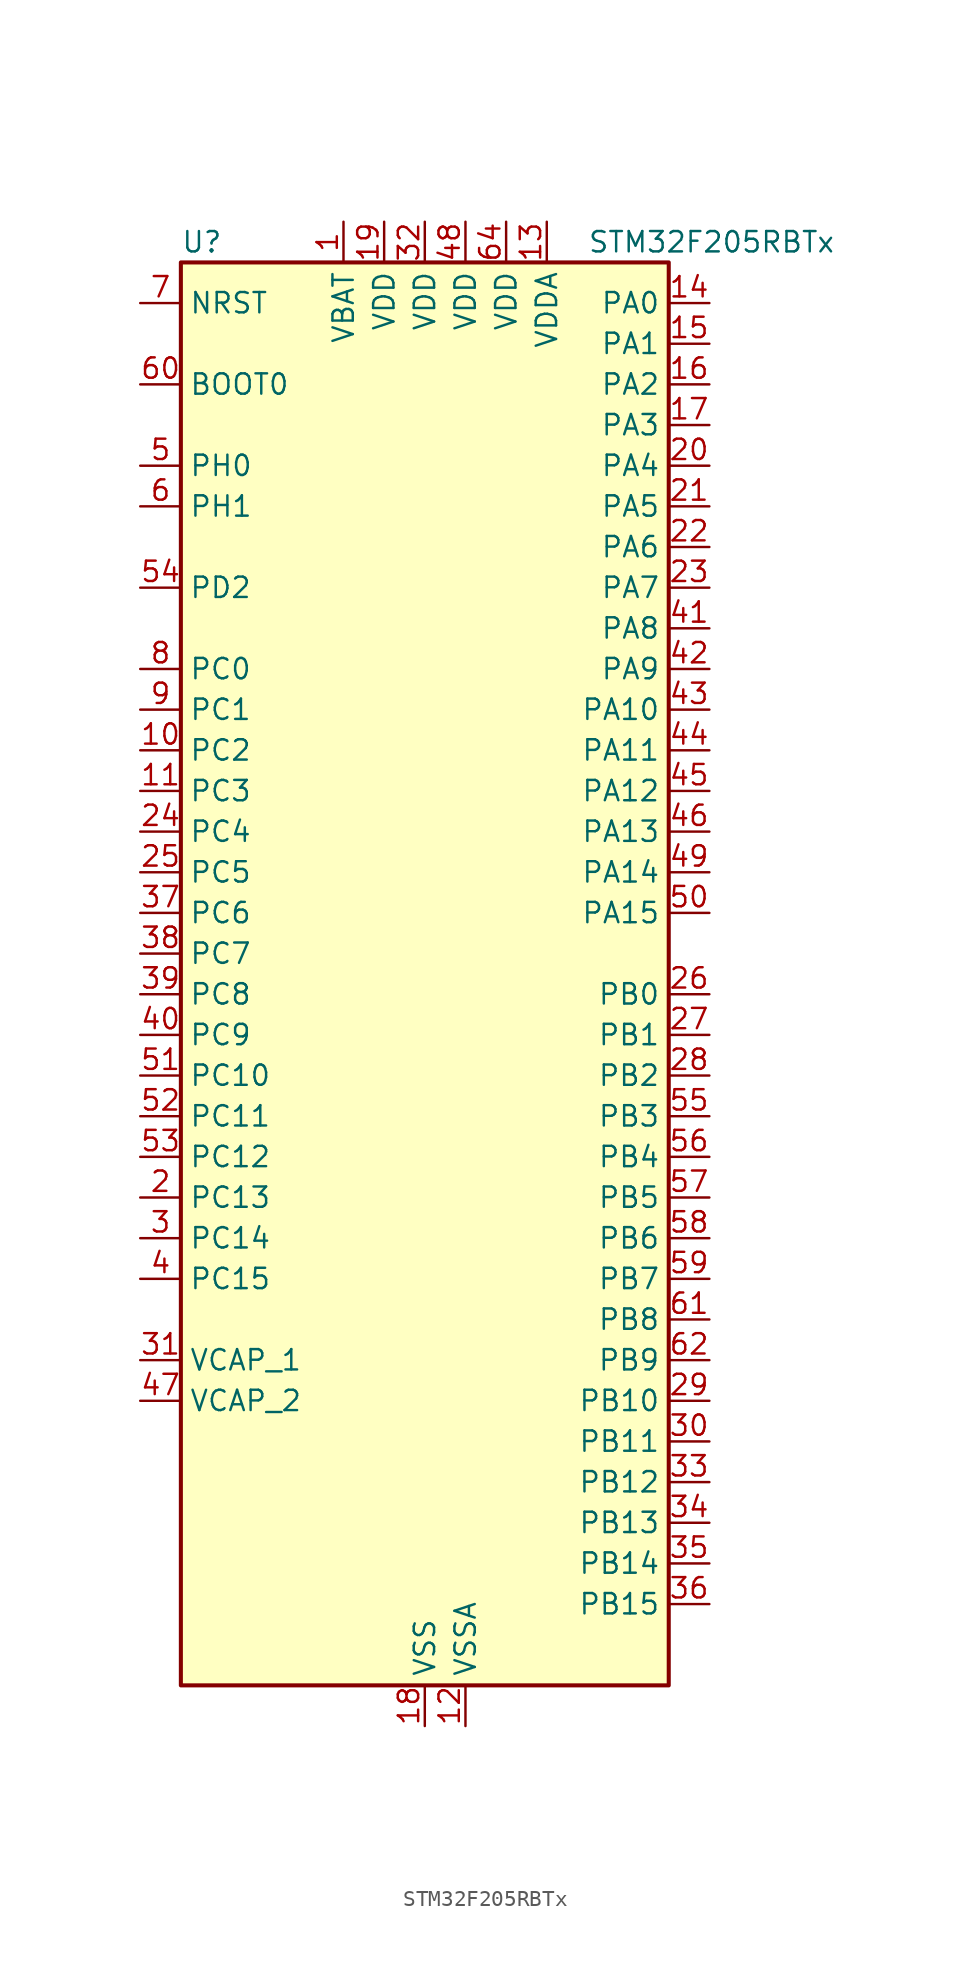
<source format=kicad_sym>
(kicad_symbol_lib
  (version 20231120)
  (generator "kicad_symbol_editor")
  (generator_version "8.0")
  (symbol "STM32F205RBTx"
    (property "Reference" "U"
      (at -15.24 46.99 0)
      (effects (font (size 1.27 1.27)) (justify left)))
    (property "Value" "STM32F205RBTx"
      (at 10.16 46.99 0)
      (effects (font (size 1.27 1.27)) (justify left)))
    (symbol "STM32F205RBTx_0_1"
      (rectangle (start -15.24 -43.18) (end 15.24 45.72) (stroke (width 0.254) (type default)) (fill (type background))))
    (symbol "STM32F205RBTx_1_1"
      (pin power_in line (at -5.08 48.26 270) (length 2.54) (name "VBAT" (effects (font (size 1.27 1.27)))) (number "1" (effects (font (size 1.27 1.27)))))
      (pin bidirectional line (at -17.78 15.24 0) (length 2.54) (name "PC2" (effects (font (size 1.27 1.27)))) (number "10" (effects (font (size 1.27 1.27)))) (alternate "ADC1_IN12" bidirectional line) (alternate "ADC2_IN12" bidirectional line) (alternate "ADC3_IN12" bidirectional line) (alternate "SPI2_MISO" bidirectional line) (alternate "USB_OTG_HS_ULPI_DIR" bidirectional line))
      (pin bidirectional line (at -17.78 12.7 0) (length 2.54) (name "PC3" (effects (font (size 1.27 1.27)))) (number "11" (effects (font (size 1.27 1.27)))) (alternate "ADC1_IN13" bidirectional line) (alternate "ADC2_IN13" bidirectional line) (alternate "ADC3_IN13" bidirectional line) (alternate "I2S2_SD" bidirectional line) (alternate "SPI2_MOSI" bidirectional line) (alternate "USB_OTG_HS_ULPI_NXT" bidirectional line))
      (pin power_in line (at 2.54 -45.72 90) (length 2.54) (name "VSSA" (effects (font (size 1.27 1.27)))) (number "12" (effects (font (size 1.27 1.27)))))
      (pin power_in line (at 7.62 48.26 270) (length 2.54) (name "VDDA" (effects (font (size 1.27 1.27)))) (number "13" (effects (font (size 1.27 1.27)))))
      (pin bidirectional line (at 17.78 43.18 180) (length 2.54) (name "PA0" (effects (font (size 1.27 1.27)))) (number "14" (effects (font (size 1.27 1.27)))) (alternate "ADC1_IN0" bidirectional line) (alternate "ADC2_IN0" bidirectional line) (alternate "ADC3_IN0" bidirectional line) (alternate "SYS_WKUP" bidirectional line) (alternate "TIM2_CH1" bidirectional line) (alternate "TIM2_ETR" bidirectional line) (alternate "TIM5_CH1" bidirectional line) (alternate "TIM8_ETR" bidirectional line) (alternate "UART4_TX" bidirectional line) (alternate "USART2_CTS" bidirectional line))
      (pin bidirectional line (at 17.78 40.64 180) (length 2.54) (name "PA1" (effects (font (size 1.27 1.27)))) (number "15" (effects (font (size 1.27 1.27)))) (alternate "ADC1_IN1" bidirectional line) (alternate "ADC2_IN1" bidirectional line) (alternate "ADC3_IN1" bidirectional line) (alternate "TIM2_CH2" bidirectional line) (alternate "TIM5_CH2" bidirectional line) (alternate "UART4_RX" bidirectional line) (alternate "USART2_RTS" bidirectional line))
      (pin bidirectional line (at 17.78 38.1 180) (length 2.54) (name "PA2" (effects (font (size 1.27 1.27)))) (number "16" (effects (font (size 1.27 1.27)))) (alternate "ADC1_IN2" bidirectional line) (alternate "ADC2_IN2" bidirectional line) (alternate "ADC3_IN2" bidirectional line) (alternate "TIM2_CH3" bidirectional line) (alternate "TIM5_CH3" bidirectional line) (alternate "TIM9_CH1" bidirectional line) (alternate "USART2_TX" bidirectional line))
      (pin bidirectional line (at 17.78 35.56 180) (length 2.54) (name "PA3" (effects (font (size 1.27 1.27)))) (number "17" (effects (font (size 1.27 1.27)))) (alternate "ADC1_IN3" bidirectional line) (alternate "ADC2_IN3" bidirectional line) (alternate "ADC3_IN3" bidirectional line) (alternate "TIM2_CH4" bidirectional line) (alternate "TIM5_CH4" bidirectional line) (alternate "TIM9_CH2" bidirectional line) (alternate "USART2_RX" bidirectional line) (alternate "USB_OTG_HS_ULPI_D0" bidirectional line))
      (pin power_in line (at 0 -45.72 90) (length 2.54) (name "VSS" (effects (font (size 1.27 1.27)))) (number "18" (effects (font (size 1.27 1.27)))))
      (pin power_in line (at -2.54 48.26 270) (length 2.54) (name "VDD" (effects (font (size 1.27 1.27)))) (number "19" (effects (font (size 1.27 1.27)))))
      (pin bidirectional line (at -17.78 -12.7 0) (length 2.54) (name "PC13" (effects (font (size 1.27 1.27)))) (number "2" (effects (font (size 1.27 1.27)))) (alternate "RTC_AF1" bidirectional line))
      (pin bidirectional line (at 17.78 33.02 180) (length 2.54) (name "PA4" (effects (font (size 1.27 1.27)))) (number "20" (effects (font (size 1.27 1.27)))) (alternate "ADC1_IN4" bidirectional line) (alternate "ADC2_IN4" bidirectional line) (alternate "DAC_OUT1" bidirectional line) (alternate "I2S3_WS" bidirectional line) (alternate "SPI1_NSS" bidirectional line) (alternate "SPI3_NSS" bidirectional line) (alternate "USART2_CK" bidirectional line) (alternate "USB_OTG_HS_SOF" bidirectional line))
      (pin bidirectional line (at 17.78 30.48 180) (length 2.54) (name "PA5" (effects (font (size 1.27 1.27)))) (number "21" (effects (font (size 1.27 1.27)))) (alternate "ADC1_IN5" bidirectional line) (alternate "ADC2_IN5" bidirectional line) (alternate "DAC_OUT2" bidirectional line) (alternate "SPI1_SCK" bidirectional line) (alternate "TIM2_CH1" bidirectional line) (alternate "TIM2_ETR" bidirectional line) (alternate "TIM8_CH1N" bidirectional line) (alternate "USB_OTG_HS_ULPI_CK" bidirectional line))
      (pin bidirectional line (at 17.78 27.94 180) (length 2.54) (name "PA6" (effects (font (size 1.27 1.27)))) (number "22" (effects (font (size 1.27 1.27)))) (alternate "ADC1_IN6" bidirectional line) (alternate "ADC2_IN6" bidirectional line) (alternate "SPI1_MISO" bidirectional line) (alternate "TIM13_CH1" bidirectional line) (alternate "TIM1_BKIN" bidirectional line) (alternate "TIM3_CH1" bidirectional line) (alternate "TIM8_BKIN" bidirectional line))
      (pin bidirectional line (at 17.78 25.4 180) (length 2.54) (name "PA7" (effects (font (size 1.27 1.27)))) (number "23" (effects (font (size 1.27 1.27)))) (alternate "ADC1_IN7" bidirectional line) (alternate "ADC2_IN7" bidirectional line) (alternate "SPI1_MOSI" bidirectional line) (alternate "TIM14_CH1" bidirectional line) (alternate "TIM1_CH1N" bidirectional line) (alternate "TIM3_CH2" bidirectional line) (alternate "TIM8_CH1N" bidirectional line))
      (pin bidirectional line (at -17.78 10.16 0) (length 2.54) (name "PC4" (effects (font (size 1.27 1.27)))) (number "24" (effects (font (size 1.27 1.27)))) (alternate "ADC1_IN14" bidirectional line) (alternate "ADC2_IN14" bidirectional line))
      (pin bidirectional line (at -17.78 7.62 0) (length 2.54) (name "PC5" (effects (font (size 1.27 1.27)))) (number "25" (effects (font (size 1.27 1.27)))) (alternate "ADC1_IN15" bidirectional line) (alternate "ADC2_IN15" bidirectional line))
      (pin bidirectional line (at 17.78 0 180) (length 2.54) (name "PB0" (effects (font (size 1.27 1.27)))) (number "26" (effects (font (size 1.27 1.27)))) (alternate "ADC1_IN8" bidirectional line) (alternate "ADC2_IN8" bidirectional line) (alternate "TIM1_CH2N" bidirectional line) (alternate "TIM3_CH3" bidirectional line) (alternate "TIM8_CH2N" bidirectional line) (alternate "USB_OTG_HS_ULPI_D1" bidirectional line))
      (pin bidirectional line (at 17.78 -2.54 180) (length 2.54) (name "PB1" (effects (font (size 1.27 1.27)))) (number "27" (effects (font (size 1.27 1.27)))) (alternate "ADC1_IN9" bidirectional line) (alternate "ADC2_IN9" bidirectional line) (alternate "TIM1_CH3N" bidirectional line) (alternate "TIM3_CH4" bidirectional line) (alternate "TIM8_CH3N" bidirectional line) (alternate "USB_OTG_HS_ULPI_D2" bidirectional line))
      (pin bidirectional line (at 17.78 -5.08 180) (length 2.54) (name "PB2" (effects (font (size 1.27 1.27)))) (number "28" (effects (font (size 1.27 1.27)))))
      (pin bidirectional line (at 17.78 -25.4 180) (length 2.54) (name "PB10" (effects (font (size 1.27 1.27)))) (number "29" (effects (font (size 1.27 1.27)))) (alternate "I2C2_SCL" bidirectional line) (alternate "I2S2_SCK" bidirectional line) (alternate "SPI2_SCK" bidirectional line) (alternate "TIM2_CH3" bidirectional line) (alternate "USART3_TX" bidirectional line) (alternate "USB_OTG_HS_ULPI_D3" bidirectional line))
      (pin bidirectional line (at -17.78 -15.24 0) (length 2.54) (name "PC14" (effects (font (size 1.27 1.27)))) (number "3" (effects (font (size 1.27 1.27)))) (alternate "RCC_OSC32_IN" bidirectional line))
      (pin bidirectional line (at 17.78 -27.94 180) (length 2.54) (name "PB11" (effects (font (size 1.27 1.27)))) (number "30" (effects (font (size 1.27 1.27)))) (alternate "ADC1_EXTI11" bidirectional line) (alternate "ADC2_EXTI11" bidirectional line) (alternate "ADC3_EXTI11" bidirectional line) (alternate "I2C2_SDA" bidirectional line) (alternate "TIM2_CH4" bidirectional line) (alternate "USART3_RX" bidirectional line) (alternate "USB_OTG_HS_ULPI_D4" bidirectional line))
      (pin power_out line (at -17.78 -22.86 0) (length 2.54) (name "VCAP_1" (effects (font (size 1.27 1.27)))) (number "31" (effects (font (size 1.27 1.27)))))
      (pin power_in line (at 0 48.26 270) (length 2.54) (name "VDD" (effects (font (size 1.27 1.27)))) (number "32" (effects (font (size 1.27 1.27)))))
      (pin bidirectional line (at 17.78 -30.48 180) (length 2.54) (name "PB12" (effects (font (size 1.27 1.27)))) (number "33" (effects (font (size 1.27 1.27)))) (alternate "CAN2_RX" bidirectional line) (alternate "I2C2_SMBA" bidirectional line) (alternate "I2S2_WS" bidirectional line) (alternate "SPI2_NSS" bidirectional line) (alternate "TIM1_BKIN" bidirectional line) (alternate "USART3_CK" bidirectional line) (alternate "USB_OTG_HS_ID" bidirectional line) (alternate "USB_OTG_HS_ULPI_D5" bidirectional line))
      (pin bidirectional line (at 17.78 -33.02 180) (length 2.54) (name "PB13" (effects (font (size 1.27 1.27)))) (number "34" (effects (font (size 1.27 1.27)))) (alternate "CAN2_TX" bidirectional line) (alternate "I2S2_SCK" bidirectional line) (alternate "SPI2_SCK" bidirectional line) (alternate "TIM1_CH1N" bidirectional line) (alternate "USART3_CTS" bidirectional line) (alternate "USB_OTG_HS_ULPI_D6" bidirectional line) (alternate "USB_OTG_HS_VBUS" bidirectional line))
      (pin bidirectional line (at 17.78 -35.56 180) (length 2.54) (name "PB14" (effects (font (size 1.27 1.27)))) (number "35" (effects (font (size 1.27 1.27)))) (alternate "SPI2_MISO" bidirectional line) (alternate "TIM12_CH1" bidirectional line) (alternate "TIM1_CH2N" bidirectional line) (alternate "TIM8_CH2N" bidirectional line) (alternate "USART3_RTS" bidirectional line) (alternate "USB_OTG_HS_DM" bidirectional line))
      (pin bidirectional line (at 17.78 -38.1 180) (length 2.54) (name "PB15" (effects (font (size 1.27 1.27)))) (number "36" (effects (font (size 1.27 1.27)))) (alternate "ADC1_EXTI15" bidirectional line) (alternate "ADC2_EXTI15" bidirectional line) (alternate "ADC3_EXTI15" bidirectional line) (alternate "I2S2_SD" bidirectional line) (alternate "RTC_REFIN" bidirectional line) (alternate "SPI2_MOSI" bidirectional line) (alternate "TIM12_CH2" bidirectional line) (alternate "TIM1_CH3N" bidirectional line) (alternate "TIM8_CH3N" bidirectional line) (alternate "USB_OTG_HS_DP" bidirectional line))
      (pin bidirectional line (at -17.78 5.08 0) (length 2.54) (name "PC6" (effects (font (size 1.27 1.27)))) (number "37" (effects (font (size 1.27 1.27)))) (alternate "I2S2_MCK" bidirectional line) (alternate "SDIO_D6" bidirectional line) (alternate "TIM3_CH1" bidirectional line) (alternate "TIM8_CH1" bidirectional line) (alternate "USART6_TX" bidirectional line))
      (pin bidirectional line (at -17.78 2.54 0) (length 2.54) (name "PC7" (effects (font (size 1.27 1.27)))) (number "38" (effects (font (size 1.27 1.27)))) (alternate "I2S3_MCK" bidirectional line) (alternate "SDIO_D7" bidirectional line) (alternate "TIM3_CH2" bidirectional line) (alternate "TIM8_CH2" bidirectional line) (alternate "USART6_RX" bidirectional line))
      (pin bidirectional line (at -17.78 0 0) (length 2.54) (name "PC8" (effects (font (size 1.27 1.27)))) (number "39" (effects (font (size 1.27 1.27)))) (alternate "SDIO_D0" bidirectional line) (alternate "TIM3_CH3" bidirectional line) (alternate "TIM8_CH3" bidirectional line) (alternate "USART6_CK" bidirectional line))
      (pin bidirectional line (at -17.78 -17.78 0) (length 2.54) (name "PC15" (effects (font (size 1.27 1.27)))) (number "4" (effects (font (size 1.27 1.27)))) (alternate "ADC1_EXTI15" bidirectional line) (alternate "ADC2_EXTI15" bidirectional line) (alternate "ADC3_EXTI15" bidirectional line) (alternate "RCC_OSC32_OUT" bidirectional line))
      (pin bidirectional line (at -17.78 -2.54 0) (length 2.54) (name "PC9" (effects (font (size 1.27 1.27)))) (number "40" (effects (font (size 1.27 1.27)))) (alternate "DAC_EXTI9" bidirectional line) (alternate "I2C3_SDA" bidirectional line) (alternate "I2S_CKIN" bidirectional line) (alternate "RCC_MCO_2" bidirectional line) (alternate "SDIO_D1" bidirectional line) (alternate "TIM3_CH4" bidirectional line) (alternate "TIM8_CH4" bidirectional line))
      (pin bidirectional line (at 17.78 22.86 180) (length 2.54) (name "PA8" (effects (font (size 1.27 1.27)))) (number "41" (effects (font (size 1.27 1.27)))) (alternate "I2C3_SCL" bidirectional line) (alternate "RCC_MCO_1" bidirectional line) (alternate "TIM1_CH1" bidirectional line) (alternate "USART1_CK" bidirectional line) (alternate "USB_OTG_FS_SOF" bidirectional line))
      (pin bidirectional line (at 17.78 20.32 180) (length 2.54) (name "PA9" (effects (font (size 1.27 1.27)))) (number "42" (effects (font (size 1.27 1.27)))) (alternate "DAC_EXTI9" bidirectional line) (alternate "I2C3_SMBA" bidirectional line) (alternate "TIM1_CH2" bidirectional line) (alternate "USART1_TX" bidirectional line) (alternate "USB_OTG_FS_VBUS" bidirectional line))
      (pin bidirectional line (at 17.78 17.78 180) (length 2.54) (name "PA10" (effects (font (size 1.27 1.27)))) (number "43" (effects (font (size 1.27 1.27)))) (alternate "TIM1_CH3" bidirectional line) (alternate "USART1_RX" bidirectional line) (alternate "USB_OTG_FS_ID" bidirectional line))
      (pin bidirectional line (at 17.78 15.24 180) (length 2.54) (name "PA11" (effects (font (size 1.27 1.27)))) (number "44" (effects (font (size 1.27 1.27)))) (alternate "ADC1_EXTI11" bidirectional line) (alternate "ADC2_EXTI11" bidirectional line) (alternate "ADC3_EXTI11" bidirectional line) (alternate "CAN1_RX" bidirectional line) (alternate "TIM1_CH4" bidirectional line) (alternate "USART1_CTS" bidirectional line) (alternate "USB_OTG_FS_DM" bidirectional line))
      (pin bidirectional line (at 17.78 12.7 180) (length 2.54) (name "PA12" (effects (font (size 1.27 1.27)))) (number "45" (effects (font (size 1.27 1.27)))) (alternate "CAN1_TX" bidirectional line) (alternate "TIM1_ETR" bidirectional line) (alternate "USART1_RTS" bidirectional line) (alternate "USB_OTG_FS_DP" bidirectional line))
      (pin bidirectional line (at 17.78 10.16 180) (length 2.54) (name "PA13" (effects (font (size 1.27 1.27)))) (number "46" (effects (font (size 1.27 1.27)))) (alternate "SYS_JTMS-SWDIO" bidirectional line))
      (pin power_out line (at -17.78 -25.4 0) (length 2.54) (name "VCAP_2" (effects (font (size 1.27 1.27)))) (number "47" (effects (font (size 1.27 1.27)))))
      (pin power_in line (at 2.54 48.26 270) (length 2.54) (name "VDD" (effects (font (size 1.27 1.27)))) (number "48" (effects (font (size 1.27 1.27)))))
      (pin bidirectional line (at 17.78 7.62 180) (length 2.54) (name "PA14" (effects (font (size 1.27 1.27)))) (number "49" (effects (font (size 1.27 1.27)))) (alternate "SYS_JTCK-SWCLK" bidirectional line))
      (pin bidirectional line (at -17.78 33.02 0) (length 2.54) (name "PH0" (effects (font (size 1.27 1.27)))) (number "5" (effects (font (size 1.27 1.27)))) (alternate "RCC_OSC_IN" bidirectional line))
      (pin bidirectional line (at 17.78 5.08 180) (length 2.54) (name "PA15" (effects (font (size 1.27 1.27)))) (number "50" (effects (font (size 1.27 1.27)))) (alternate "ADC1_EXTI15" bidirectional line) (alternate "ADC2_EXTI15" bidirectional line) (alternate "ADC3_EXTI15" bidirectional line) (alternate "I2S3_WS" bidirectional line) (alternate "SPI1_NSS" bidirectional line) (alternate "SPI3_NSS" bidirectional line) (alternate "SYS_JTDI" bidirectional line) (alternate "TIM2_CH1" bidirectional line) (alternate "TIM2_ETR" bidirectional line))
      (pin bidirectional line (at -17.78 -5.08 0) (length 2.54) (name "PC10" (effects (font (size 1.27 1.27)))) (number "51" (effects (font (size 1.27 1.27)))) (alternate "I2S3_SCK" bidirectional line) (alternate "SDIO_D2" bidirectional line) (alternate "SPI3_SCK" bidirectional line) (alternate "UART4_TX" bidirectional line) (alternate "USART3_TX" bidirectional line))
      (pin bidirectional line (at -17.78 -7.62 0) (length 2.54) (name "PC11" (effects (font (size 1.27 1.27)))) (number "52" (effects (font (size 1.27 1.27)))) (alternate "ADC1_EXTI11" bidirectional line) (alternate "ADC2_EXTI11" bidirectional line) (alternate "ADC3_EXTI11" bidirectional line) (alternate "SDIO_D3" bidirectional line) (alternate "SPI3_MISO" bidirectional line) (alternate "UART4_RX" bidirectional line) (alternate "USART3_RX" bidirectional line))
      (pin bidirectional line (at -17.78 -10.16 0) (length 2.54) (name "PC12" (effects (font (size 1.27 1.27)))) (number "53" (effects (font (size 1.27 1.27)))) (alternate "I2S3_SD" bidirectional line) (alternate "SDIO_CK" bidirectional line) (alternate "SPI3_MOSI" bidirectional line) (alternate "UART5_TX" bidirectional line) (alternate "USART3_CK" bidirectional line))
      (pin bidirectional line (at -17.78 25.4 0) (length 2.54) (name "PD2" (effects (font (size 1.27 1.27)))) (number "54" (effects (font (size 1.27 1.27)))) (alternate "SDIO_CMD" bidirectional line) (alternate "TIM3_ETR" bidirectional line) (alternate "UART5_RX" bidirectional line))
      (pin bidirectional line (at 17.78 -7.62 180) (length 2.54) (name "PB3" (effects (font (size 1.27 1.27)))) (number "55" (effects (font (size 1.27 1.27)))) (alternate "I2S3_SCK" bidirectional line) (alternate "SPI1_SCK" bidirectional line) (alternate "SPI3_SCK" bidirectional line) (alternate "SYS_JTDO-SWO" bidirectional line) (alternate "TIM2_CH2" bidirectional line))
      (pin bidirectional line (at 17.78 -10.16 180) (length 2.54) (name "PB4" (effects (font (size 1.27 1.27)))) (number "56" (effects (font (size 1.27 1.27)))) (alternate "SPI1_MISO" bidirectional line) (alternate "SPI3_MISO" bidirectional line) (alternate "SYS_JTRST" bidirectional line) (alternate "TIM3_CH1" bidirectional line))
      (pin bidirectional line (at 17.78 -12.7 180) (length 2.54) (name "PB5" (effects (font (size 1.27 1.27)))) (number "57" (effects (font (size 1.27 1.27)))) (alternate "CAN2_RX" bidirectional line) (alternate "I2C1_SMBA" bidirectional line) (alternate "I2S3_SD" bidirectional line) (alternate "SPI1_MOSI" bidirectional line) (alternate "SPI3_MOSI" bidirectional line) (alternate "TIM3_CH2" bidirectional line) (alternate "USB_OTG_HS_ULPI_D7" bidirectional line))
      (pin bidirectional line (at 17.78 -15.24 180) (length 2.54) (name "PB6" (effects (font (size 1.27 1.27)))) (number "58" (effects (font (size 1.27 1.27)))) (alternate "CAN2_TX" bidirectional line) (alternate "I2C1_SCL" bidirectional line) (alternate "TIM4_CH1" bidirectional line) (alternate "USART1_TX" bidirectional line))
      (pin bidirectional line (at 17.78 -17.78 180) (length 2.54) (name "PB7" (effects (font (size 1.27 1.27)))) (number "59" (effects (font (size 1.27 1.27)))) (alternate "I2C1_SDA" bidirectional line) (alternate "TIM4_CH2" bidirectional line) (alternate "USART1_RX" bidirectional line))
      (pin bidirectional line (at -17.78 30.48 0) (length 2.54) (name "PH1" (effects (font (size 1.27 1.27)))) (number "6" (effects (font (size 1.27 1.27)))) (alternate "RCC_OSC_OUT" bidirectional line))
      (pin input line (at -17.78 38.1 0) (length 2.54) (name "BOOT0" (effects (font (size 1.27 1.27)))) (number "60" (effects (font (size 1.27 1.27)))))
      (pin bidirectional line (at 17.78 -20.32 180) (length 2.54) (name "PB8" (effects (font (size 1.27 1.27)))) (number "61" (effects (font (size 1.27 1.27)))) (alternate "CAN1_RX" bidirectional line) (alternate "I2C1_SCL" bidirectional line) (alternate "SDIO_D4" bidirectional line) (alternate "TIM10_CH1" bidirectional line) (alternate "TIM4_CH3" bidirectional line))
      (pin bidirectional line (at 17.78 -22.86 180) (length 2.54) (name "PB9" (effects (font (size 1.27 1.27)))) (number "62" (effects (font (size 1.27 1.27)))) (alternate "CAN1_TX" bidirectional line) (alternate "DAC_EXTI9" bidirectional line) (alternate "I2C1_SDA" bidirectional line) (alternate "I2S2_WS" bidirectional line) (alternate "SDIO_D5" bidirectional line) (alternate "SPI2_NSS" bidirectional line) (alternate "TIM11_CH1" bidirectional line) (alternate "TIM4_CH4" bidirectional line))
      (pin passive line (at 0 -45.72 90) (length 2.54) hide (name "VSS" (effects (font (size 1.27 1.27)))) (number "63" (effects (font (size 1.27 1.27)))))
      (pin power_in line (at 5.08 48.26 270) (length 2.54) (name "VDD" (effects (font (size 1.27 1.27)))) (number "64" (effects (font (size 1.27 1.27)))))
      (pin input line (at -17.78 43.18 0) (length 2.54) (name "NRST" (effects (font (size 1.27 1.27)))) (number "7" (effects (font (size 1.27 1.27)))))
      (pin bidirectional line (at -17.78 20.32 0) (length 2.54) (name "PC0" (effects (font (size 1.27 1.27)))) (number "8" (effects (font (size 1.27 1.27)))) (alternate "ADC1_IN10" bidirectional line) (alternate "ADC2_IN10" bidirectional line) (alternate "ADC3_IN10" bidirectional line) (alternate "USB_OTG_HS_ULPI_STP" bidirectional line))
      (pin bidirectional line (at -17.78 17.78 0) (length 2.54) (name "PC1" (effects (font (size 1.27 1.27)))) (number "9" (effects (font (size 1.27 1.27)))) (alternate "ADC1_IN11" bidirectional line) (alternate "ADC2_IN11" bidirectional line) (alternate "ADC3_IN11" bidirectional line)))))
</source>
